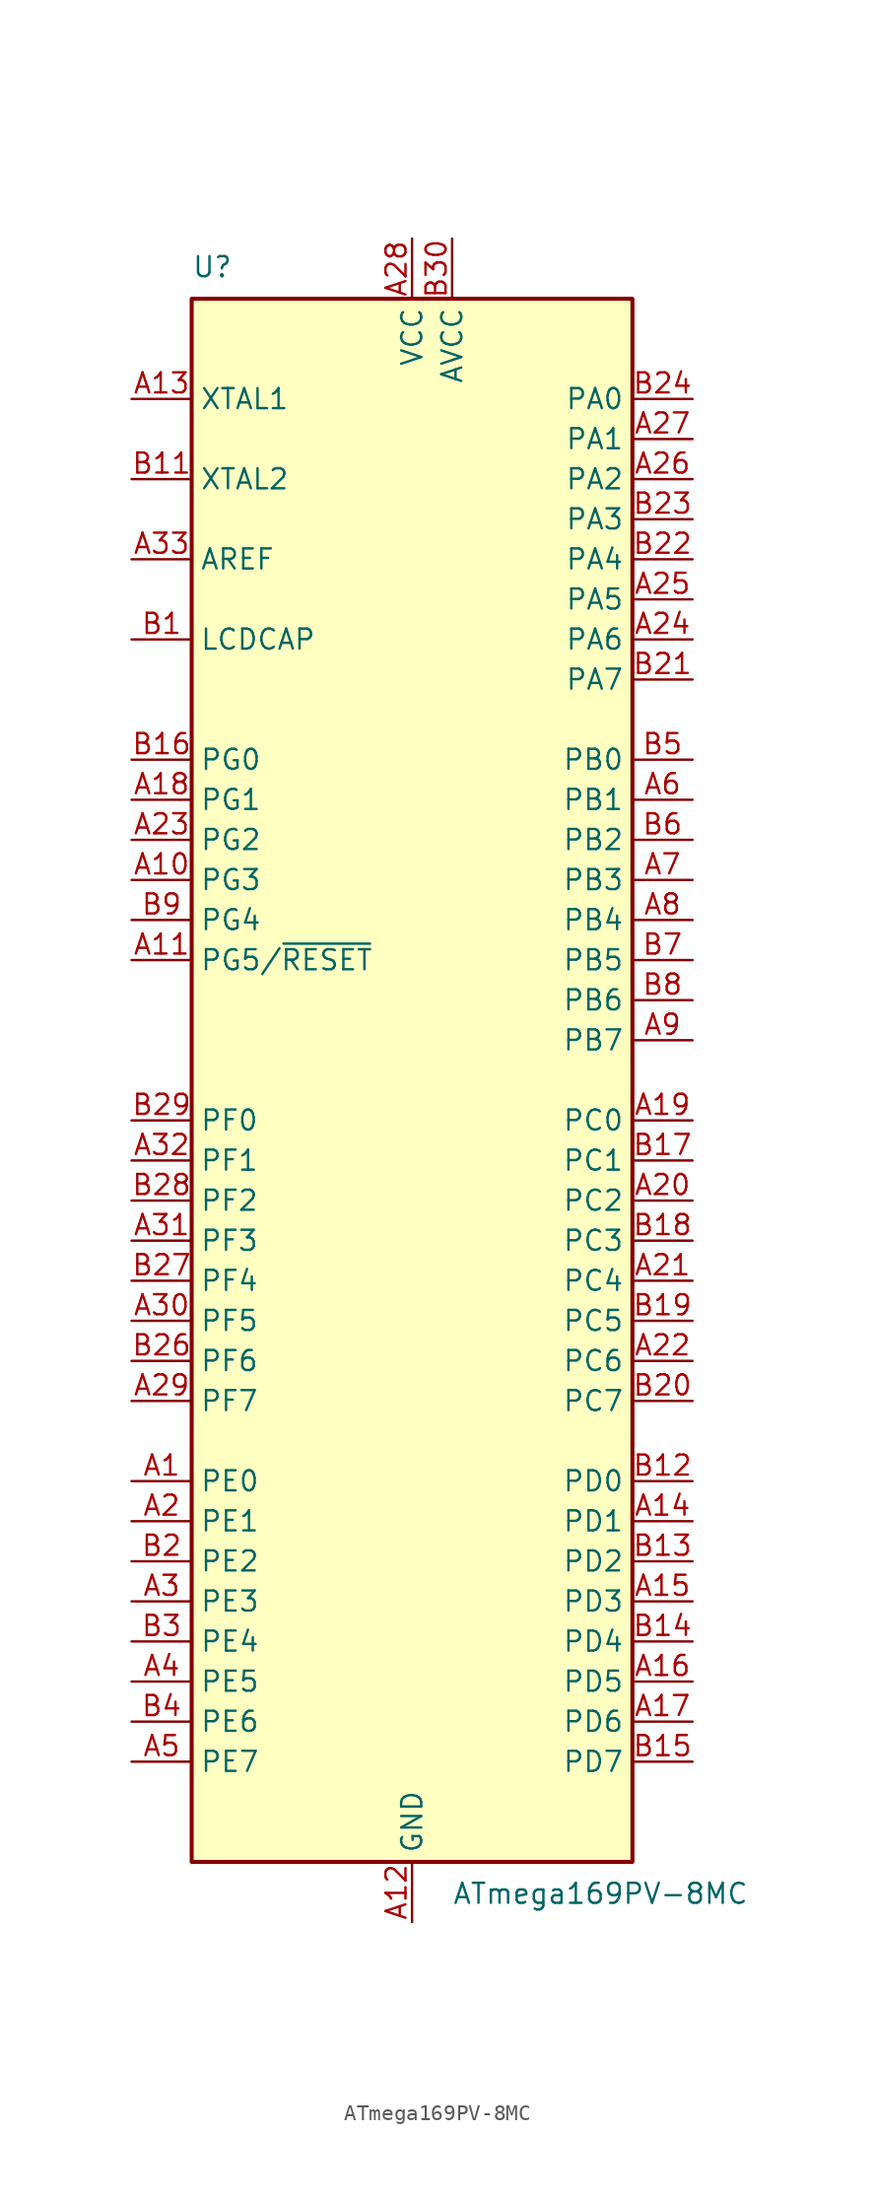
<source format=kicad_sym>
(kicad_symbol_lib
  (version 20241209)
  (generator "kicad_symbol_editor")
  (generator_version "9.0")
  (symbol "ATmega169PV-8MC"
    (property "Reference" "U"
      (at -13.97 50.8 0)
      (effects (font (size 1.27 1.27)) (justify left bottom)))
    (property "Value" "ATmega169PV-8MC"
      (at 2.54 -50.8 0)
      (effects (font (size 1.27 1.27)) (justify left top)))
    (symbol "ATmega169PV-8MC_0_1"
      (rectangle (start -13.97 -49.53) (end 13.97 49.53) (stroke (width 0.254) (type default)) (fill (type background))))
    (symbol "ATmega169PV-8MC_1_1"
      (pin input line (at -17.78 43.18 0) (length 3.81) (name "XTAL1" (effects (font (size 1.27 1.27)))) (number "A13" (effects (font (size 1.27 1.27)))))
      (pin output line (at -17.78 38.1 0) (length 3.81) (name "XTAL2" (effects (font (size 1.27 1.27)))) (number "B11" (effects (font (size 1.27 1.27)))))
      (pin passive line (at -17.78 33.02 0) (length 3.81) (name "AREF" (effects (font (size 1.27 1.27)))) (number "A33" (effects (font (size 1.27 1.27)))))
      (pin passive line (at -17.78 27.94 0) (length 3.81) (name "LCDCAP" (effects (font (size 1.27 1.27)))) (number "B1" (effects (font (size 1.27 1.27)))))
      (pin bidirectional line (at -17.78 20.32 0) (length 3.81) (name "PG0" (effects (font (size 1.27 1.27)))) (number "B16" (effects (font (size 1.27 1.27)))))
      (pin bidirectional line (at -17.78 17.78 0) (length 3.81) (name "PG1" (effects (font (size 1.27 1.27)))) (number "A18" (effects (font (size 1.27 1.27)))))
      (pin bidirectional line (at -17.78 15.24 0) (length 3.81) (name "PG2" (effects (font (size 1.27 1.27)))) (number "A23" (effects (font (size 1.27 1.27)))))
      (pin bidirectional line (at -17.78 12.7 0) (length 3.81) (name "PG3" (effects (font (size 1.27 1.27)))) (number "A10" (effects (font (size 1.27 1.27)))))
      (pin bidirectional line (at -17.78 10.16 0) (length 3.81) (name "PG4" (effects (font (size 1.27 1.27)))) (number "B9" (effects (font (size 1.27 1.27)))))
      (pin bidirectional line (at -17.78 7.62 0) (length 3.81) (name "PG5/~{RESET}" (effects (font (size 1.27 1.27)))) (number "A11" (effects (font (size 1.27 1.27)))))
      (pin bidirectional line (at -17.78 -2.54 0) (length 3.81) (name "PF0" (effects (font (size 1.27 1.27)))) (number "B29" (effects (font (size 1.27 1.27)))))
      (pin bidirectional line (at -17.78 -5.08 0) (length 3.81) (name "PF1" (effects (font (size 1.27 1.27)))) (number "A32" (effects (font (size 1.27 1.27)))))
      (pin bidirectional line (at -17.78 -7.62 0) (length 3.81) (name "PF2" (effects (font (size 1.27 1.27)))) (number "B28" (effects (font (size 1.27 1.27)))))
      (pin bidirectional line (at -17.78 -10.16 0) (length 3.81) (name "PF3" (effects (font (size 1.27 1.27)))) (number "A31" (effects (font (size 1.27 1.27)))))
      (pin bidirectional line (at -17.78 -12.7 0) (length 3.81) (name "PF4" (effects (font (size 1.27 1.27)))) (number "B27" (effects (font (size 1.27 1.27)))))
      (pin bidirectional line (at -17.78 -15.24 0) (length 3.81) (name "PF5" (effects (font (size 1.27 1.27)))) (number "A30" (effects (font (size 1.27 1.27)))))
      (pin bidirectional line (at -17.78 -17.78 0) (length 3.81) (name "PF6" (effects (font (size 1.27 1.27)))) (number "B26" (effects (font (size 1.27 1.27)))))
      (pin bidirectional line (at -17.78 -20.32 0) (length 3.81) (name "PF7" (effects (font (size 1.27 1.27)))) (number "A29" (effects (font (size 1.27 1.27)))))
      (pin bidirectional line (at -17.78 -25.4 0) (length 3.81) (name "PE0" (effects (font (size 1.27 1.27)))) (number "A1" (effects (font (size 1.27 1.27)))))
      (pin bidirectional line (at -17.78 -27.94 0) (length 3.81) (name "PE1" (effects (font (size 1.27 1.27)))) (number "A2" (effects (font (size 1.27 1.27)))))
      (pin bidirectional line (at -17.78 -30.48 0) (length 3.81) (name "PE2" (effects (font (size 1.27 1.27)))) (number "B2" (effects (font (size 1.27 1.27)))))
      (pin bidirectional line (at -17.78 -33.02 0) (length 3.81) (name "PE3" (effects (font (size 1.27 1.27)))) (number "A3" (effects (font (size 1.27 1.27)))))
      (pin bidirectional line (at -17.78 -35.56 0) (length 3.81) (name "PE4" (effects (font (size 1.27 1.27)))) (number "B3" (effects (font (size 1.27 1.27)))))
      (pin bidirectional line (at -17.78 -38.1 0) (length 3.81) (name "PE5" (effects (font (size 1.27 1.27)))) (number "A4" (effects (font (size 1.27 1.27)))))
      (pin bidirectional line (at -17.78 -40.64 0) (length 3.81) (name "PE6" (effects (font (size 1.27 1.27)))) (number "B4" (effects (font (size 1.27 1.27)))))
      (pin bidirectional line (at -17.78 -43.18 0) (length 3.81) (name "PE7" (effects (font (size 1.27 1.27)))) (number "A5" (effects (font (size 1.27 1.27)))))
      (pin power_in line (at 0 53.34 270) (length 3.81) (name "VCC" (effects (font (size 1.27 1.27)))) (number "A28" (effects (font (size 1.27 1.27)))))
      (pin passive line (at 0 53.34 270) (length 3.81) (hide yes) (name "VCC" (effects (font (size 1.27 1.27)))) (number "B10" (effects (font (size 1.27 1.27)))))
      (pin power_in line (at 0 -53.34 90) (length 3.81) (name "GND" (effects (font (size 1.27 1.27)))) (number "A12" (effects (font (size 1.27 1.27)))))
      (pin passive line (at 0 -53.34 90) (length 3.81) (hide yes) (name "GND" (effects (font (size 1.27 1.27)))) (number "A34" (effects (font (size 1.27 1.27)))))
      (pin passive line (at 0 -53.34 90) (length 3.81) (hide yes) (name "GND" (effects (font (size 1.27 1.27)))) (number "B25" (effects (font (size 1.27 1.27)))))
      (pin passive line (at 0 -53.34 90) (length 3.81) (hide yes) (name "GND" (effects (font (size 1.27 1.27)))) (number "EP" (effects (font (size 1.27 1.27)))))
      (pin power_in line (at 2.54 53.34 270) (length 3.81) (name "AVCC" (effects (font (size 1.27 1.27)))) (number "B30" (effects (font (size 1.27 1.27)))))
      (pin bidirectional line (at 17.78 43.18 180) (length 3.81) (name "PA0" (effects (font (size 1.27 1.27)))) (number "B24" (effects (font (size 1.27 1.27)))))
      (pin bidirectional line (at 17.78 40.64 180) (length 3.81) (name "PA1" (effects (font (size 1.27 1.27)))) (number "A27" (effects (font (size 1.27 1.27)))))
      (pin bidirectional line (at 17.78 38.1 180) (length 3.81) (name "PA2" (effects (font (size 1.27 1.27)))) (number "A26" (effects (font (size 1.27 1.27)))))
      (pin bidirectional line (at 17.78 35.56 180) (length 3.81) (name "PA3" (effects (font (size 1.27 1.27)))) (number "B23" (effects (font (size 1.27 1.27)))))
      (pin bidirectional line (at 17.78 33.02 180) (length 3.81) (name "PA4" (effects (font (size 1.27 1.27)))) (number "B22" (effects (font (size 1.27 1.27)))))
      (pin bidirectional line (at 17.78 30.48 180) (length 3.81) (name "PA5" (effects (font (size 1.27 1.27)))) (number "A25" (effects (font (size 1.27 1.27)))))
      (pin bidirectional line (at 17.78 27.94 180) (length 3.81) (name "PA6" (effects (font (size 1.27 1.27)))) (number "A24" (effects (font (size 1.27 1.27)))))
      (pin bidirectional line (at 17.78 25.4 180) (length 3.81) (name "PA7" (effects (font (size 1.27 1.27)))) (number "B21" (effects (font (size 1.27 1.27)))))
      (pin bidirectional line (at 17.78 20.32 180) (length 3.81) (name "PB0" (effects (font (size 1.27 1.27)))) (number "B5" (effects (font (size 1.27 1.27)))))
      (pin bidirectional line (at 17.78 17.78 180) (length 3.81) (name "PB1" (effects (font (size 1.27 1.27)))) (number "A6" (effects (font (size 1.27 1.27)))))
      (pin bidirectional line (at 17.78 15.24 180) (length 3.81) (name "PB2" (effects (font (size 1.27 1.27)))) (number "B6" (effects (font (size 1.27 1.27)))))
      (pin bidirectional line (at 17.78 12.7 180) (length 3.81) (name "PB3" (effects (font (size 1.27 1.27)))) (number "A7" (effects (font (size 1.27 1.27)))))
      (pin bidirectional line (at 17.78 10.16 180) (length 3.81) (name "PB4" (effects (font (size 1.27 1.27)))) (number "A8" (effects (font (size 1.27 1.27)))))
      (pin bidirectional line (at 17.78 7.62 180) (length 3.81) (name "PB5" (effects (font (size 1.27 1.27)))) (number "B7" (effects (font (size 1.27 1.27)))))
      (pin bidirectional line (at 17.78 5.08 180) (length 3.81) (name "PB6" (effects (font (size 1.27 1.27)))) (number "B8" (effects (font (size 1.27 1.27)))))
      (pin bidirectional line (at 17.78 2.54 180) (length 3.81) (name "PB7" (effects (font (size 1.27 1.27)))) (number "A9" (effects (font (size 1.27 1.27)))))
      (pin bidirectional line (at 17.78 -2.54 180) (length 3.81) (name "PC0" (effects (font (size 1.27 1.27)))) (number "A19" (effects (font (size 1.27 1.27)))))
      (pin bidirectional line (at 17.78 -5.08 180) (length 3.81) (name "PC1" (effects (font (size 1.27 1.27)))) (number "B17" (effects (font (size 1.27 1.27)))))
      (pin bidirectional line (at 17.78 -7.62 180) (length 3.81) (name "PC2" (effects (font (size 1.27 1.27)))) (number "A20" (effects (font (size 1.27 1.27)))))
      (pin bidirectional line (at 17.78 -10.16 180) (length 3.81) (name "PC3" (effects (font (size 1.27 1.27)))) (number "B18" (effects (font (size 1.27 1.27)))))
      (pin bidirectional line (at 17.78 -12.7 180) (length 3.81) (name "PC4" (effects (font (size 1.27 1.27)))) (number "A21" (effects (font (size 1.27 1.27)))))
      (pin bidirectional line (at 17.78 -15.24 180) (length 3.81) (name "PC5" (effects (font (size 1.27 1.27)))) (number "B19" (effects (font (size 1.27 1.27)))))
      (pin bidirectional line (at 17.78 -17.78 180) (length 3.81) (name "PC6" (effects (font (size 1.27 1.27)))) (number "A22" (effects (font (size 1.27 1.27)))))
      (pin bidirectional line (at 17.78 -20.32 180) (length 3.81) (name "PC7" (effects (font (size 1.27 1.27)))) (number "B20" (effects (font (size 1.27 1.27)))))
      (pin bidirectional line (at 17.78 -25.4 180) (length 3.81) (name "PD0" (effects (font (size 1.27 1.27)))) (number "B12" (effects (font (size 1.27 1.27)))))
      (pin bidirectional line (at 17.78 -27.94 180) (length 3.81) (name "PD1" (effects (font (size 1.27 1.27)))) (number "A14" (effects (font (size 1.27 1.27)))))
      (pin bidirectional line (at 17.78 -30.48 180) (length 3.81) (name "PD2" (effects (font (size 1.27 1.27)))) (number "B13" (effects (font (size 1.27 1.27)))))
      (pin bidirectional line (at 17.78 -33.02 180) (length 3.81) (name "PD3" (effects (font (size 1.27 1.27)))) (number "A15" (effects (font (size 1.27 1.27)))))
      (pin bidirectional line (at 17.78 -35.56 180) (length 3.81) (name "PD4" (effects (font (size 1.27 1.27)))) (number "B14" (effects (font (size 1.27 1.27)))))
      (pin bidirectional line (at 17.78 -38.1 180) (length 3.81) (name "PD5" (effects (font (size 1.27 1.27)))) (number "A16" (effects (font (size 1.27 1.27)))))
      (pin bidirectional line (at 17.78 -40.64 180) (length 3.81) (name "PD6" (effects (font (size 1.27 1.27)))) (number "A17" (effects (font (size 1.27 1.27)))))
      (pin bidirectional line (at 17.78 -43.18 180) (length 3.81) (name "PD7" (effects (font (size 1.27 1.27)))) (number "B15" (effects (font (size 1.27 1.27))))))))
</source>
